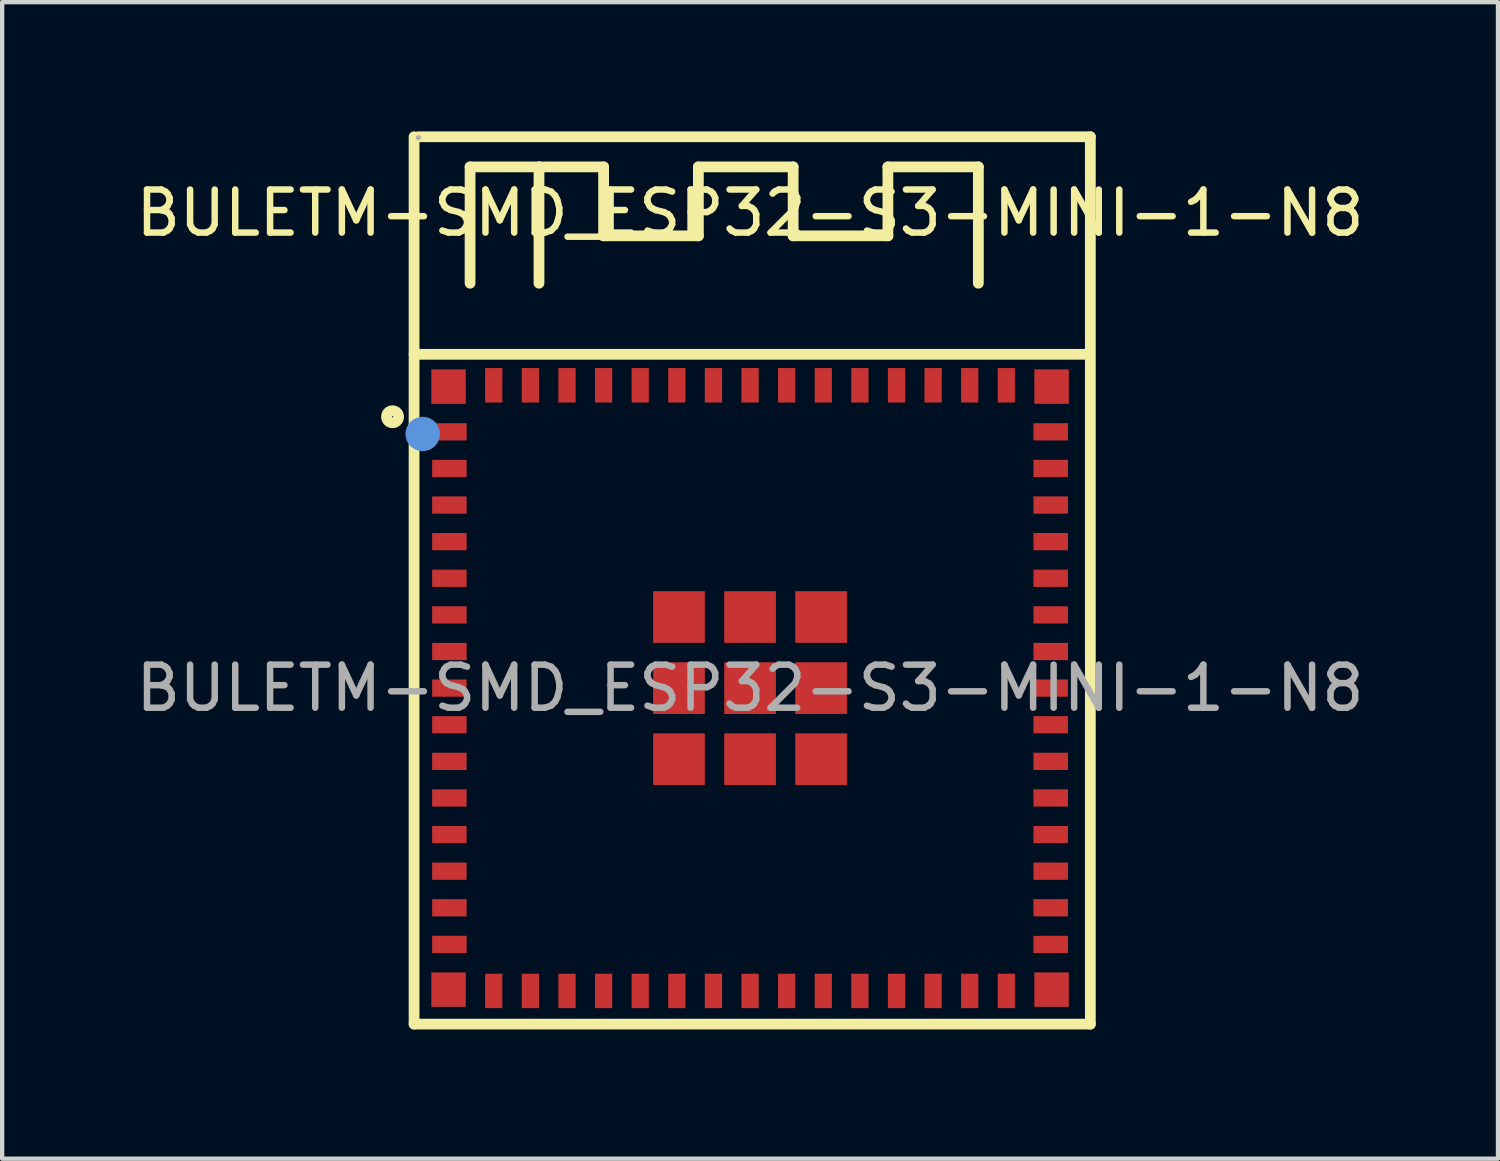
<source format=kicad_pcb>
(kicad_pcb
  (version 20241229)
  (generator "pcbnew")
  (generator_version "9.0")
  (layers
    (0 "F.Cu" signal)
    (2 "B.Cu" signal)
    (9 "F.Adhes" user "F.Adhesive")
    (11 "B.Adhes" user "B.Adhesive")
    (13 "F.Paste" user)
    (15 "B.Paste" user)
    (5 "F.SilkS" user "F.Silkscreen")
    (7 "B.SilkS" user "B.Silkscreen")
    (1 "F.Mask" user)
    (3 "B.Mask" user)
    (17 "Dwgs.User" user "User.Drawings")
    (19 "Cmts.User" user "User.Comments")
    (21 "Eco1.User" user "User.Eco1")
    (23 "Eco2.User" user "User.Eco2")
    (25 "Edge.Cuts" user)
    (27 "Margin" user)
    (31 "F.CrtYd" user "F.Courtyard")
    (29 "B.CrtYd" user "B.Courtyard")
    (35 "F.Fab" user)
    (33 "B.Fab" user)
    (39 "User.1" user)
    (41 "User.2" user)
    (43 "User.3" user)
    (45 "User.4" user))
  (footprint "BULETM-SMD_ESP32-S3-MINI-1-N8"
    (layer "F.Cu")
    (at 14.363 12.925)
    (property "Reference" "BULETM-SMD_ESP32-S3-MINI-1-N8" (at 0 -11.03 0) (layer "F.SilkS") (effects (font (size 1 1) (thickness 0.15))))
    (attr smd)
    (fp_line (start -7.8 -7.75) (end 7.8 -7.75) (stroke (width 0.25) (type solid)) (layer "F.SilkS"))
    (fp_line (start -7.8 7.8) (end -7.8 -12.8) (stroke (width 0.25) (type solid)) (layer "F.SilkS"))
    (fp_line (start -7.7 -12.8) (end 7.9 -12.8) (stroke (width 0.25) (type solid)) (layer "F.SilkS"))
    (fp_line (start -6.5 -12.1) (end -4.9 -12.1) (stroke (width 0.25) (type solid)) (layer "F.SilkS"))
    (fp_line (start -6.5 -9.4) (end -6.5 -12.1) (stroke (width 0.25) (type solid)) (layer "F.SilkS"))
    (fp_line (start -4.9 -12.1) (end -4.9 -9.4) (stroke (width 0.25) (type solid)) (layer "F.SilkS"))
    (fp_line (start -4.9 -12.1) (end -3.4 -12.1) (stroke (width 0.25) (type solid)) (layer "F.SilkS"))
    (fp_line (start -3.4 -12.1) (end -3.4 -10.5) (stroke (width 0.25) (type solid)) (layer "F.SilkS"))
    (fp_line (start -3.4 -10.5) (end -1.2 -10.5) (stroke (width 0.25) (type solid)) (layer "F.SilkS"))
    (fp_line (start -1.2 -12.1) (end 1 -12.1) (stroke (width 0.25) (type solid)) (layer "F.SilkS"))
    (fp_line (start -1.2 -10.5) (end -1.2 -12.1) (stroke (width 0.25) (type solid)) (layer "F.SilkS"))
    (fp_line (start 1 -12.1) (end 1 -10.5) (stroke (width 0.25) (type solid)) (layer "F.SilkS"))
    (fp_line (start 1 -10.5) (end 3.2 -10.5) (stroke (width 0.25) (type solid)) (layer "F.SilkS"))
    (fp_line (start 3.2 -12.1) (end 5.3 -12.1) (stroke (width 0.25) (type solid)) (layer "F.SilkS"))
    (fp_line (start 3.2 -10.5) (end 3.2 -12.1) (stroke (width 0.25) (type solid)) (layer "F.SilkS"))
    (fp_line (start 5.3 -12.1) (end 5.3 -9.4) (stroke (width 0.25) (type solid)) (layer "F.SilkS"))
    (fp_line (start 7.9 -12.8) (end 7.9 7.8) (stroke (width 0.25) (type solid)) (layer "F.SilkS"))
    (fp_line (start 7.9 7.8) (end -7.8 7.8) (stroke (width 0.25) (type solid)) (layer "F.SilkS"))
    (fp_circle (center -8.3 -6.3) (end -8.16 -6.3) (stroke (width 0.25) (type solid)) (fill no) (layer "F.SilkS"))
    (fp_circle (center -7.6 -5.9) (end -7.4 -5.9) (stroke (width 0.4) (type solid)) (fill no) (layer "Cmts.User"))
    (fp_circle (center -7.7 -12.78) (end -7.67 -12.78) (stroke (width 0.06) (type solid)) (fill no) (layer "F.Fab"))
    (fp_text user "${REFERENCE}" (at 0 0 0) (layer "F.Fab") (effects (font (size 1 1) (thickness 0.15))))
    (pad "1" smd rect (at -6.98 -5.95 90) (size 0.4 0.8) (layers "F.Cu" "F.Mask" "F.Paste"))
    (pad "2" smd rect (at -6.98 -5.1 90) (size 0.4 0.8) (layers "F.Cu" "F.Mask" "F.Paste"))
    (pad "3" smd rect (at -6.98 -4.25 90) (size 0.4 0.8) (layers "F.Cu" "F.Mask" "F.Paste"))
    (pad "4" smd rect (at -6.98 -3.4 90) (size 0.4 0.8) (layers "F.Cu" "F.Mask" "F.Paste"))
    (pad "5" smd rect (at -6.98 -2.55 90) (size 0.4 0.8) (layers "F.Cu" "F.Mask" "F.Paste"))
    (pad "6" smd rect (at -6.98 -1.7 90) (size 0.4 0.8) (layers "F.Cu" "F.Mask" "F.Paste"))
    (pad "7" smd rect (at -6.98 -0.85 90) (size 0.4 0.8) (layers "F.Cu" "F.Mask" "F.Paste"))
    (pad "8" smd rect (at -6.98 0 90) (size 0.4 0.8) (layers "F.Cu" "F.Mask" "F.Paste"))
    (pad "9" smd rect (at -6.98 0.85 90) (size 0.4 0.8) (layers "F.Cu" "F.Mask" "F.Paste"))
    (pad "10" smd rect (at -6.98 1.7 90) (size 0.4 0.8) (layers "F.Cu" "F.Mask" "F.Paste"))
    (pad "11" smd rect (at -6.98 2.55 90) (size 0.4 0.8) (layers "F.Cu" "F.Mask" "F.Paste"))
    (pad "12" smd rect (at -6.98 3.4 90) (size 0.4 0.8) (layers "F.Cu" "F.Mask" "F.Paste"))
    (pad "13" smd rect (at -6.98 4.25 90) (size 0.4 0.8) (layers "F.Cu" "F.Mask" "F.Paste"))
    (pad "14" smd rect (at -6.98 5.1 90) (size 0.4 0.8) (layers "F.Cu" "F.Mask" "F.Paste"))
    (pad "15" smd rect (at -6.98 5.95 90) (size 0.4 0.8) (layers "F.Cu" "F.Mask" "F.Paste"))
    (pad "16" smd rect (at -5.95 7.03 180) (size 0.4 0.8) (layers "F.Cu" "F.Mask" "F.Paste"))
    (pad "17" smd rect (at -5.1 7.03 180) (size 0.4 0.8) (layers "F.Cu" "F.Mask" "F.Paste"))
    (pad "18" smd rect (at -4.25 7.03 180) (size 0.4 0.8) (layers "F.Cu" "F.Mask" "F.Paste"))
    (pad "19" smd rect (at -3.4 7.03 180) (size 0.4 0.8) (layers "F.Cu" "F.Mask" "F.Paste"))
    (pad "20" smd rect (at -2.55 7.03 180) (size 0.4 0.8) (layers "F.Cu" "F.Mask" "F.Paste"))
    (pad "21" smd rect (at -1.7 7.03 180) (size 0.4 0.8) (layers "F.Cu" "F.Mask" "F.Paste"))
    (pad "22" smd rect (at -0.85 7.03 180) (size 0.4 0.8) (layers "F.Cu" "F.Mask" "F.Paste"))
    (pad "23" smd rect (at 0 7.03 180) (size 0.4 0.8) (layers "F.Cu" "F.Mask" "F.Paste"))
    (pad "24" smd rect (at 0.85 7.03 180) (size 0.4 0.8) (layers "F.Cu" "F.Mask" "F.Paste"))
    (pad "25" smd rect (at 1.7 7.03 180) (size 0.4 0.8) (layers "F.Cu" "F.Mask" "F.Paste"))
    (pad "26" smd rect (at 2.55 7.03 180) (size 0.4 0.8) (layers "F.Cu" "F.Mask" "F.Paste"))
    (pad "27" smd rect (at 3.4 7.03 180) (size 0.4 0.8) (layers "F.Cu" "F.Mask" "F.Paste"))
    (pad "28" smd rect (at 4.25 7.03 180) (size 0.4 0.8) (layers "F.Cu" "F.Mask" "F.Paste"))
    (pad "29" smd rect (at 5.1 7.03 180) (size 0.4 0.8) (layers "F.Cu" "F.Mask" "F.Paste"))
    (pad "30" smd rect (at 5.95 7.03 180) (size 0.4 0.8) (layers "F.Cu" "F.Mask" "F.Paste"))
    (pad "31" smd rect (at 6.98 5.95 270) (size 0.4 0.8) (layers "F.Cu" "F.Mask" "F.Paste"))
    (pad "32" smd rect (at 6.98 5.1 270) (size 0.4 0.8) (layers "F.Cu" "F.Mask" "F.Paste"))
    (pad "33" smd rect (at 6.98 4.25 270) (size 0.4 0.8) (layers "F.Cu" "F.Mask" "F.Paste"))
    (pad "34" smd rect (at 6.98 3.4 270) (size 0.4 0.8) (layers "F.Cu" "F.Mask" "F.Paste"))
    (pad "35" smd rect (at 6.98 2.55 270) (size 0.4 0.8) (layers "F.Cu" "F.Mask" "F.Paste"))
    (pad "36" smd rect (at 6.98 1.7 270) (size 0.4 0.8) (layers "F.Cu" "F.Mask" "F.Paste"))
    (pad "37" smd rect (at 6.98 0.85 270) (size 0.4 0.8) (layers "F.Cu" "F.Mask" "F.Paste"))
    (pad "38" smd rect (at 6.98 0 270) (size 0.4 0.8) (layers "F.Cu" "F.Mask" "F.Paste"))
    (pad "39" smd rect (at 6.98 -0.85 270) (size 0.4 0.8) (layers "F.Cu" "F.Mask" "F.Paste"))
    (pad "40" smd rect (at 6.98 -1.7 270) (size 0.4 0.8) (layers "F.Cu" "F.Mask" "F.Paste"))
    (pad "41" smd rect (at 6.98 -2.55 270) (size 0.4 0.8) (layers "F.Cu" "F.Mask" "F.Paste"))
    (pad "42" smd rect (at 6.98 -3.4 270) (size 0.4 0.8) (layers "F.Cu" "F.Mask" "F.Paste"))
    (pad "43" smd rect (at 6.98 -4.25 270) (size 0.4 0.8) (layers "F.Cu" "F.Mask" "F.Paste"))
    (pad "44" smd rect (at 6.98 -5.1 270) (size 0.4 0.8) (layers "F.Cu" "F.Mask" "F.Paste"))
    (pad "45" smd rect (at 6.98 -5.95 270) (size 0.4 0.8) (layers "F.Cu" "F.Mask" "F.Paste"))
    (pad "46" smd rect (at 5.95 -7.03) (size 0.4 0.8) (layers "F.Cu" "F.Mask" "F.Paste"))
    (pad "47" smd rect (at 5.1 -7.03) (size 0.4 0.8) (layers "F.Cu" "F.Mask" "F.Paste"))
    (pad "48" smd rect (at 4.25 -7.03) (size 0.4 0.8) (layers "F.Cu" "F.Mask" "F.Paste"))
    (pad "49" smd rect (at 3.4 -7.03) (size 0.4 0.8) (layers "F.Cu" "F.Mask" "F.Paste"))
    (pad "50" smd rect (at 2.55 -7.03) (size 0.4 0.8) (layers "F.Cu" "F.Mask" "F.Paste"))
    (pad "51" smd rect (at 1.7 -7.03) (size 0.4 0.8) (layers "F.Cu" "F.Mask" "F.Paste"))
    (pad "52" smd rect (at 0.85 -7.03) (size 0.4 0.8) (layers "F.Cu" "F.Mask" "F.Paste"))
    (pad "53" smd rect (at 0 -7.03) (size 0.4 0.8) (layers "F.Cu" "F.Mask" "F.Paste"))
    (pad "54" smd rect (at -0.85 -7.03) (size 0.4 0.8) (layers "F.Cu" "F.Mask" "F.Paste"))
    (pad "55" smd rect (at -1.7 -7.03) (size 0.4 0.8) (layers "F.Cu" "F.Mask" "F.Paste"))
    (pad "56" smd rect (at -2.55 -7.03) (size 0.4 0.8) (layers "F.Cu" "F.Mask" "F.Paste"))
    (pad "57" smd rect (at -3.4 -7.03) (size 0.4 0.8) (layers "F.Cu" "F.Mask" "F.Paste"))
    (pad "58" smd rect (at -4.25 -7.03) (size 0.4 0.8) (layers "F.Cu" "F.Mask" "F.Paste"))
    (pad "59" smd rect (at -5.1 -7.03) (size 0.4 0.8) (layers "F.Cu" "F.Mask" "F.Paste"))
    (pad "60" smd rect (at -5.95 -7.03) (size 0.4 0.8) (layers "F.Cu" "F.Mask" "F.Paste"))
    (pad "GND" smd rect (at -7 -7 90) (size 0.8 0.8) (layers "F.Cu" "F.Mask" "F.Paste"))
    (pad "GND" smd rect (at -7 7 90) (size 0.8 0.8) (layers "F.Cu" "F.Mask" "F.Paste"))
    (pad "GND" smd rect (at -1.65 -1.65 90) (size 1.2 1.2) (layers "F.Cu" "F.Mask" "F.Paste"))
    (pad "GND" smd rect (at -1.65 0 90) (size 1.2 1.2) (layers "F.Cu" "F.Mask" "F.Paste"))
    (pad "GND" smd rect (at -1.65 1.65 90) (size 1.2 1.2) (layers "F.Cu" "F.Mask" "F.Paste"))
    (pad "GND" smd rect (at 0 -1.65 90) (size 1.2 1.2) (layers "F.Cu" "F.Mask" "F.Paste"))
    (pad "GND" smd rect (at 0 0 90) (size 1.2 1.2) (layers "F.Cu" "F.Mask" "F.Paste"))
    (pad "GND" smd rect (at 0 1.65 90) (size 1.2 1.2) (layers "F.Cu" "F.Mask" "F.Paste"))
    (pad "GND" smd rect (at 1.65 -1.65 90) (size 1.2 1.2) (layers "F.Cu" "F.Mask" "F.Paste"))
    (pad "GND" smd rect (at 1.65 0 90) (size 1.2 1.2) (layers "F.Cu" "F.Mask" "F.Paste"))
    (pad "GND" smd rect (at 1.65 1.65 90) (size 1.2 1.2) (layers "F.Cu" "F.Mask" "F.Paste"))
    (pad "GND" smd rect (at 7 -7 90) (size 0.8 0.8) (layers "F.Cu" "F.Mask" "F.Paste"))
    (pad "GND" smd rect (at 7 7 90) (size 0.8 0.8) (layers "F.Cu" "F.Mask" "F.Paste")))
  (gr_rect
    (start -3 -3)
    (end 31.726 23.85)
    (stroke (width 0.1) (type default))
    (fill no)
    (layer "Edge.Cuts")))
</source>
